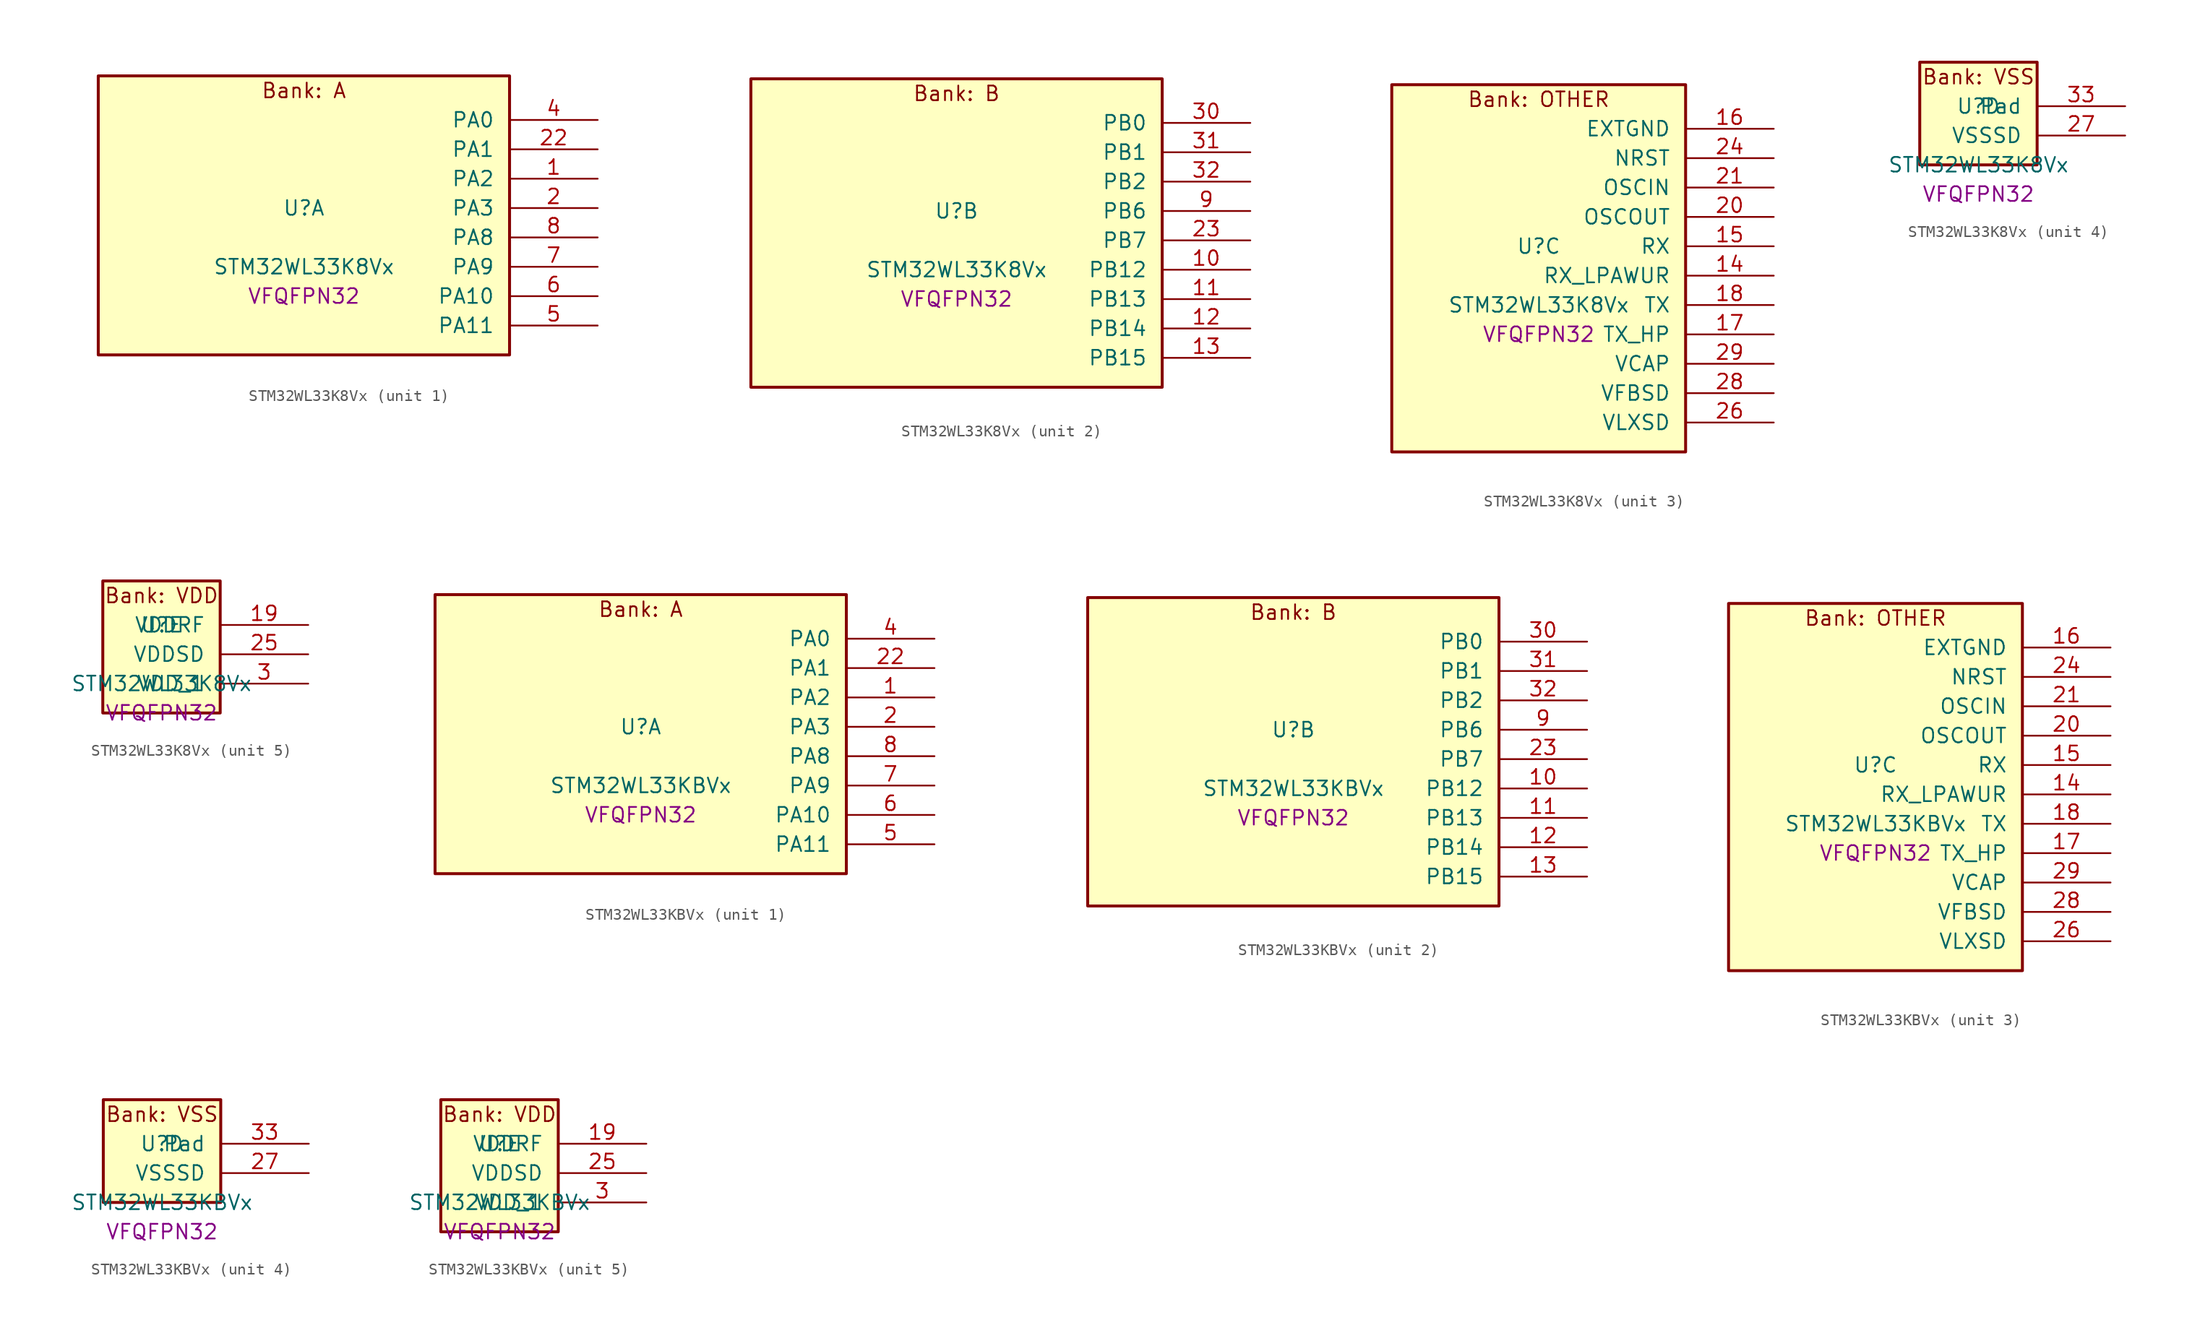
<source format=kicad_sym>
(kicad_symbol_lib
  (version 20241209)
  (generator "stm32_pkl_generator")
  (generator_version "1.0")
  (symbol "STM32WL33K8Vx"
    (pin_names
      (offset 1.27))
    (property "Reference" "U"
      (at 0 2.54 0))
    (property "Value" "STM32WL33K8Vx"
      (at 0 -2.54 0))
    (property "Footprint" "VFQFPN32"
      (at 0 -5.08 0))
    (symbol "STM32WL33K8Vx_1_1"
      (rectangle (start -17.78 13.97) (end 17.78 -10.16) (stroke (width 0.254) (type solid)) (fill (type background)))
      (text "Bank: A" (at 0 12.7 0))
      (pin bidirectional line (at 25.4 10.16 180) (length 7.62) (name "PA0") (number "4") (alternate "PA0/I2C1_SCL" bidirectional line) (alternate "PA0/LCD_COM4" bidirectional line) (alternate "PA0/LCD_SEG12" bidirectional line) (alternate "PA0/PWR_WKUP12" bidirectional line) (alternate "PA0/TIM2_CH3" bidirectional line) (alternate "PA0/USART1_CTS" bidirectional line))
      (pin bidirectional line (at 25.4 7.62 180) (length 7.62) (name "PA1") (number "22") (alternate "PA1/I2C1_SDA" bidirectional line) (alternate "PA1/LCD_SEG0" bidirectional line) (alternate "PA1/PWR_WKUP13" bidirectional line) (alternate "PA1/TIM16_BRK" bidirectional line) (alternate "PA1/TIM2_CH4" bidirectional line) (alternate "PA1/USART1_TX" bidirectional line))
      (pin bidirectional line (at 25.4 5.08 180) (length 7.62) (name "PA2") (number "1") (alternate "PA2/ADC1_VINM2" bidirectional line) (alternate "PA2/DEBUG_SWDIO" bidirectional line) (alternate "PA2/I2S3_MCK" bidirectional line) (alternate "PA2/LCD_SEG1" bidirectional line) (alternate "PA2/PWR_WKUP14" bidirectional line) (alternate "PA2/TIM16_CH1" bidirectional line) (alternate "PA2/TIM2_CH1" bidirectional line) (alternate "PA2/USART1_CK" bidirectional line))
      (pin bidirectional line (at 25.4 2.54 180) (length 7.62) (name "PA3") (number "2") (alternate "PA3/ADC1_VINP2" bidirectional line) (alternate "PA3/DEBUG_SWCLK" bidirectional line) (alternate "PA3/I2S3_CK" bidirectional line) (alternate "PA3/LCD_SEG2" bidirectional line) (alternate "PA3/PWR_WKUP15" bidirectional line) (alternate "PA3/SPI3_SCK" bidirectional line) (alternate "PA3/TIM16_CH1N" bidirectional line) (alternate "PA3/TIM2_CH2" bidirectional line) (alternate "PA3/USART1_DE" bidirectional line) (alternate "PA3/USART1_RTS" bidirectional line))
      (pin bidirectional line (at 25.4 0 180) (length 7.62) (name "PA8") (number "8") (alternate "PA8/LCD_COM0" bidirectional line) (alternate "PA8/MRSUBG_RX_SEQUENCE" bidirectional line) (alternate "PA8/PWR_WKUP8" bidirectional line) (alternate "PA8/RTC_OUT" bidirectional line) (alternate "PA8/RTC_TAMP1" bidirectional line) (alternate "PA8/RTC_TS" bidirectional line) (alternate "PA8/SPI3_MISO" bidirectional line) (alternate "PA8/TIM2_CH3" bidirectional line) (alternate "PA8/USART1_RX" bidirectional line))
      (pin bidirectional line (at 25.4 -2.54 180) (length 7.62) (name "PA9") (number "7") (alternate "PA9/I2S3_WS" bidirectional line) (alternate "PA9/LCD_SEG3" bidirectional line) (alternate "PA9/PWR_WKUP9" bidirectional line) (alternate "PA9/RTC_OUT" bidirectional line) (alternate "PA9/SPI3_NSS" bidirectional line) (alternate "PA9/TIM2_CH4" bidirectional line) (alternate "PA9/USART1_TX" bidirectional line))
      (pin bidirectional line (at 25.4 -5.08 180) (length 7.62) (name "PA10") (number "6") (alternate "PA10/I2S3_MCK" bidirectional line) (alternate "PA10/LCD_SEG4" bidirectional line) (alternate "PA10/LPUART1_CTS" bidirectional line) (alternate "PA10/MRSUBG_TX_DATA" bidirectional line) (alternate "PA10/MRSUBG_TX_SEQUENCE" bidirectional line) (alternate "PA10/PWR_WKUP10" bidirectional line))
      (pin bidirectional line (at 25.4 -7.62 180) (length 7.62) (name "PA11") (number "5") (alternate "PA11/I2S3_SD" bidirectional line) (alternate "PA11/LCD_SEG5" bidirectional line) (alternate "PA11/MRSUBG_RX_SEQUENCE" bidirectional line) (alternate "PA11/MRSUBG_TX_CLOCK" bidirectional line) (alternate "PA11/PWR_WKUP11" bidirectional line) (alternate "PA11/RCC_MCO" bidirectional line) (alternate "PA11/SPI3_MOSI" bidirectional line)))
    (symbol "STM32WL33K8Vx_2_1"
      (rectangle (start -17.78 13.97) (end 17.78 -12.7) (stroke (width 0.254) (type solid)) (fill (type background)))
      (text "Bank: B" (at 0 12.7 0))
      (pin bidirectional line (at 25.4 10.16 180) (length 7.62) (name "PB0") (number "30") (alternate "PB0/ADC1_VINM1" bidirectional line) (alternate "PB0/COMP1_INM" bidirectional line) (alternate "PB0/LCD_COM1" bidirectional line) (alternate "PB0/LPUART1_DE" bidirectional line) (alternate "PB0/LPUART1_RTS" bidirectional line) (alternate "PB0/MRSUBG_ANTENNA_SWITCH" bidirectional line) (alternate "PB0/PWR_WKUP0" bidirectional line) (alternate "PB0/TIM16_CH1" bidirectional line) (alternate "PB0/USART1_RX" bidirectional line))
      (pin bidirectional line (at 25.4 7.62 180) (length 7.62) (name "PB1") (number "31") (alternate "PB1/ADC1_VINP1" bidirectional line) (alternate "PB1/COMP1_INP" bidirectional line) (alternate "PB1/DEBUG_SWDIO" bidirectional line) (alternate "PB1/LCD_SEG6" bidirectional line) (alternate "PB1/LCSC_LCA" bidirectional line) (alternate "PB1/MRSUBG_RX_DATA" bidirectional line) (alternate "PB1/PWR_WKUP1" bidirectional line) (alternate "PB1/TIM16_CH1N" bidirectional line) (alternate "PB1/USART1_CK" bidirectional line))
      (pin bidirectional line (at 25.4 5.08 180) (length 7.62) (name "PB2") (number "32") (alternate "PB2/ADC1_VINM0" bidirectional line) (alternate "PB2/COMP1_INP" bidirectional line) (alternate "PB2/DEBUG_SWCLK" bidirectional line) (alternate "PB2/LCD_SEG7" bidirectional line) (alternate "PB2/LCSC_LCT" bidirectional line) (alternate "PB2/MRSUBG_RX_CLOCK" bidirectional line) (alternate "PB2/PWR_WKUP2" bidirectional line) (alternate "PB2/TIM16_BRK" bidirectional line) (alternate "PB2/USART1_DE" bidirectional line) (alternate "PB2/USART1_RTS" bidirectional line))
      (pin bidirectional line (at 25.4 2.54 180) (length 7.62) (name "PB6") (number "9") (alternate "PB6/COMP1_OUT" bidirectional line) (alternate "PB6/I2C1_SCL" bidirectional line) (alternate "PB6/I2S3_CK" bidirectional line) (alternate "PB6/LCD_COM7" bidirectional line) (alternate "PB6/LCD_SEG15" bidirectional line) (alternate "PB6/LPUART1_TX" bidirectional line) (alternate "PB6/PWR_WKUP6" bidirectional line) (alternate "PB6/SPI3_SCK" bidirectional line) (alternate "PB6/TIM2_CH3" bidirectional line))
      (pin bidirectional line (at 25.4 0 180) (length 7.62) (name "PB7") (number "23") (alternate "PB7/I2C1_SDA" bidirectional line) (alternate "PB7/I2S3_SD" bidirectional line) (alternate "PB7/LCD_COM2" bidirectional line) (alternate "PB7/LPUART1_RX" bidirectional line) (alternate "PB7/PWR_WKUP7" bidirectional line) (alternate "PB7/SPI3_MOSI" bidirectional line) (alternate "PB7/TIM2_ETR" bidirectional line))
      (pin bidirectional line (at 25.4 -2.54 180) (length 7.62) (name "PB12") (number "10") (alternate "PB12/LPUART1_CTS" bidirectional line) (alternate "PB12/RCC_LCO" bidirectional line) (alternate "PB12/RCC_OSC32_OUT" bidirectional line) (alternate "PB12/TIM2_CH3" bidirectional line) (alternate "PB12/USART1_DE" bidirectional line) (alternate "PB12/USART1_RTS" bidirectional line))
      (pin bidirectional line (at 25.4 -5.08 180) (length 7.62) (name "PB13") (number "11") (alternate "PB13/I2C2_SMBA" bidirectional line) (alternate "PB13/RCC_OSC32_IN" bidirectional line) (alternate "PB13/TIM2_CH4" bidirectional line))
      (pin bidirectional line (at 25.4 -7.62 180) (length 7.62) (name "PB14") (number "12") (alternate "PB14/I2C1_SMBA" bidirectional line) (alternate "PB14/LCD_COM3" bidirectional line) (alternate "PB14/MRSUBG_TX_SEQUENCE" bidirectional line) (alternate "PB14/PWR_PVD_IN" bidirectional line) (alternate "PB14/RCC_MCO" bidirectional line) (alternate "PB14/TIM2_ETR" bidirectional line) (alternate "PB14/USART1_RX" bidirectional line))
      (pin bidirectional line (at 25.4 -10.16 180) (length 7.62) (name "PB15") (number "13") (alternate "PB15/COMP1_OUT" bidirectional line) (alternate "PB15/LCD_VLCD" bidirectional line) (alternate "PB15/USART1_TX" bidirectional line)))
    (symbol "STM32WL33K8Vx_3_1"
      (rectangle (start -12.7 16.51) (end 12.7 -15.24) (stroke (width 0.254) (type solid)) (fill (type background)))
      (text "Bank: OTHER" (at 0 15.24 0))
      (pin power_in line (at 20.32 12.7 180) (length 7.62) (name "EXTGND") (number "16"))
      (pin input line (at 20.32 10.16 180) (length 7.62) (name "NRST") (number "24"))
      (pin bidirectional line (at 20.32 7.62 180) (length 7.62) (name "OSCIN") (number "21") (alternate "OSCIN/RCC_OSC_IN" bidirectional line))
      (pin bidirectional line (at 20.32 5.08 180) (length 7.62) (name "OSCOUT") (number "20") (alternate "OSCOUT/RCC_OSC_OUT" bidirectional line))
      (pin input line (at 20.32 2.54 180) (length 7.62) (name "RX") (number "15"))
      (pin input line (at 20.32 0 180) (length 7.62) (name "RX_LPAWUR") (number "14"))
      (pin input line (at 20.32 -2.54 180) (length 7.62) (name "TX") (number "18"))
      (pin input line (at 20.32 -5.08 180) (length 7.62) (name "TX_HP") (number "17"))
      (pin power_in line (at 20.32 -7.62 180) (length 7.62) (name "VCAP") (number "29"))
      (pin power_in line (at 20.32 -10.16 180) (length 7.62) (name "VFBSD") (number "28"))
      (pin power_in line (at 20.32 -12.7 180) (length 7.62) (name "VLXSD") (number "26")))
    (symbol "STM32WL33K8Vx_4_1"
      (rectangle (start -5.08 6.35) (end 5.08 -2.54) (stroke (width 0.254) (type solid)) (fill (type background)))
      (text "Bank: VSS" (at 0 5.08 0))
      (pin passive line (at 12.7 2.54 180) (length 7.62) (name "Pad") (number "33"))
      (pin power_in line (at 12.7 0 180) (length 7.62) (name "VSSSD") (number "27")))
    (symbol "STM32WL33K8Vx_5_1"
      (rectangle (start -5.08 6.35) (end 5.08 -5.08) (stroke (width 0.254) (type solid)) (fill (type background)))
      (text "Bank: VDD" (at 0 5.08 0))
      (pin power_in line (at 12.7 2.54 180) (length 7.62) (name "VDDRF") (number "19"))
      (pin power_in line (at 12.7 0 180) (length 7.62) (name "VDDSD") (number "25"))
      (pin power_in line (at 12.7 -2.54 180) (length 7.62) (name "VDD_1") (number "3"))))
  (symbol "STM32WL33KBVx"
    (pin_names
      (offset 1.27))
    (property "Reference" "U"
      (at 0 2.54 0))
    (property "Value" "STM32WL33KBVx"
      (at 0 -2.54 0))
    (property "Footprint" "VFQFPN32"
      (at 0 -5.08 0))
    (symbol "STM32WL33KBVx_1_1"
      (rectangle (start -17.78 13.97) (end 17.78 -10.16) (stroke (width 0.254) (type solid)) (fill (type background)))
      (text "Bank: A" (at 0 12.7 0))
      (pin bidirectional line (at 25.4 10.16 180) (length 7.62) (name "PA0") (number "4") (alternate "PA0/I2C1_SCL" bidirectional line) (alternate "PA0/LCD_COM4" bidirectional line) (alternate "PA0/LCD_SEG12" bidirectional line) (alternate "PA0/PWR_WKUP12" bidirectional line) (alternate "PA0/TIM2_CH3" bidirectional line) (alternate "PA0/USART1_CTS" bidirectional line))
      (pin bidirectional line (at 25.4 7.62 180) (length 7.62) (name "PA1") (number "22") (alternate "PA1/I2C1_SDA" bidirectional line) (alternate "PA1/LCD_SEG0" bidirectional line) (alternate "PA1/PWR_WKUP13" bidirectional line) (alternate "PA1/TIM16_BRK" bidirectional line) (alternate "PA1/TIM2_CH4" bidirectional line) (alternate "PA1/USART1_TX" bidirectional line))
      (pin bidirectional line (at 25.4 5.08 180) (length 7.62) (name "PA2") (number "1") (alternate "PA2/ADC1_VINM2" bidirectional line) (alternate "PA2/DEBUG_SWDIO" bidirectional line) (alternate "PA2/I2S3_MCK" bidirectional line) (alternate "PA2/LCD_SEG1" bidirectional line) (alternate "PA2/PWR_WKUP14" bidirectional line) (alternate "PA2/TIM16_CH1" bidirectional line) (alternate "PA2/TIM2_CH1" bidirectional line) (alternate "PA2/USART1_CK" bidirectional line))
      (pin bidirectional line (at 25.4 2.54 180) (length 7.62) (name "PA3") (number "2") (alternate "PA3/ADC1_VINP2" bidirectional line) (alternate "PA3/DEBUG_SWCLK" bidirectional line) (alternate "PA3/I2S3_CK" bidirectional line) (alternate "PA3/LCD_SEG2" bidirectional line) (alternate "PA3/PWR_WKUP15" bidirectional line) (alternate "PA3/SPI3_SCK" bidirectional line) (alternate "PA3/TIM16_CH1N" bidirectional line) (alternate "PA3/TIM2_CH2" bidirectional line) (alternate "PA3/USART1_DE" bidirectional line) (alternate "PA3/USART1_RTS" bidirectional line))
      (pin bidirectional line (at 25.4 0 180) (length 7.62) (name "PA8") (number "8") (alternate "PA8/LCD_COM0" bidirectional line) (alternate "PA8/MRSUBG_RX_SEQUENCE" bidirectional line) (alternate "PA8/PWR_WKUP8" bidirectional line) (alternate "PA8/RTC_OUT" bidirectional line) (alternate "PA8/RTC_TAMP1" bidirectional line) (alternate "PA8/RTC_TS" bidirectional line) (alternate "PA8/SPI3_MISO" bidirectional line) (alternate "PA8/TIM2_CH3" bidirectional line) (alternate "PA8/USART1_RX" bidirectional line))
      (pin bidirectional line (at 25.4 -2.54 180) (length 7.62) (name "PA9") (number "7") (alternate "PA9/I2S3_WS" bidirectional line) (alternate "PA9/LCD_SEG3" bidirectional line) (alternate "PA9/PWR_WKUP9" bidirectional line) (alternate "PA9/RTC_OUT" bidirectional line) (alternate "PA9/SPI3_NSS" bidirectional line) (alternate "PA9/TIM2_CH4" bidirectional line) (alternate "PA9/USART1_TX" bidirectional line))
      (pin bidirectional line (at 25.4 -5.08 180) (length 7.62) (name "PA10") (number "6") (alternate "PA10/I2S3_MCK" bidirectional line) (alternate "PA10/LCD_SEG4" bidirectional line) (alternate "PA10/LPUART1_CTS" bidirectional line) (alternate "PA10/MRSUBG_TX_DATA" bidirectional line) (alternate "PA10/MRSUBG_TX_SEQUENCE" bidirectional line) (alternate "PA10/PWR_WKUP10" bidirectional line))
      (pin bidirectional line (at 25.4 -7.62 180) (length 7.62) (name "PA11") (number "5") (alternate "PA11/I2S3_SD" bidirectional line) (alternate "PA11/LCD_SEG5" bidirectional line) (alternate "PA11/MRSUBG_RX_SEQUENCE" bidirectional line) (alternate "PA11/MRSUBG_TX_CLOCK" bidirectional line) (alternate "PA11/PWR_WKUP11" bidirectional line) (alternate "PA11/RCC_MCO" bidirectional line) (alternate "PA11/SPI3_MOSI" bidirectional line)))
    (symbol "STM32WL33KBVx_2_1"
      (rectangle (start -17.78 13.97) (end 17.78 -12.7) (stroke (width 0.254) (type solid)) (fill (type background)))
      (text "Bank: B" (at 0 12.7 0))
      (pin bidirectional line (at 25.4 10.16 180) (length 7.62) (name "PB0") (number "30") (alternate "PB0/ADC1_VINM1" bidirectional line) (alternate "PB0/COMP1_INM" bidirectional line) (alternate "PB0/LCD_COM1" bidirectional line) (alternate "PB0/LPUART1_DE" bidirectional line) (alternate "PB0/LPUART1_RTS" bidirectional line) (alternate "PB0/MRSUBG_ANTENNA_SWITCH" bidirectional line) (alternate "PB0/PWR_WKUP0" bidirectional line) (alternate "PB0/TIM16_CH1" bidirectional line) (alternate "PB0/USART1_RX" bidirectional line))
      (pin bidirectional line (at 25.4 7.62 180) (length 7.62) (name "PB1") (number "31") (alternate "PB1/ADC1_VINP1" bidirectional line) (alternate "PB1/COMP1_INP" bidirectional line) (alternate "PB1/DEBUG_SWDIO" bidirectional line) (alternate "PB1/LCD_SEG6" bidirectional line) (alternate "PB1/LCSC_LCA" bidirectional line) (alternate "PB1/MRSUBG_RX_DATA" bidirectional line) (alternate "PB1/PWR_WKUP1" bidirectional line) (alternate "PB1/TIM16_CH1N" bidirectional line) (alternate "PB1/USART1_CK" bidirectional line))
      (pin bidirectional line (at 25.4 5.08 180) (length 7.62) (name "PB2") (number "32") (alternate "PB2/ADC1_VINM0" bidirectional line) (alternate "PB2/COMP1_INP" bidirectional line) (alternate "PB2/DEBUG_SWCLK" bidirectional line) (alternate "PB2/LCD_SEG7" bidirectional line) (alternate "PB2/LCSC_LCT" bidirectional line) (alternate "PB2/MRSUBG_RX_CLOCK" bidirectional line) (alternate "PB2/PWR_WKUP2" bidirectional line) (alternate "PB2/TIM16_BRK" bidirectional line) (alternate "PB2/USART1_DE" bidirectional line) (alternate "PB2/USART1_RTS" bidirectional line))
      (pin bidirectional line (at 25.4 2.54 180) (length 7.62) (name "PB6") (number "9") (alternate "PB6/COMP1_OUT" bidirectional line) (alternate "PB6/I2C1_SCL" bidirectional line) (alternate "PB6/I2S3_CK" bidirectional line) (alternate "PB6/LCD_COM7" bidirectional line) (alternate "PB6/LCD_SEG15" bidirectional line) (alternate "PB6/LPUART1_TX" bidirectional line) (alternate "PB6/PWR_WKUP6" bidirectional line) (alternate "PB6/SPI3_SCK" bidirectional line) (alternate "PB6/TIM2_CH3" bidirectional line))
      (pin bidirectional line (at 25.4 0 180) (length 7.62) (name "PB7") (number "23") (alternate "PB7/I2C1_SDA" bidirectional line) (alternate "PB7/I2S3_SD" bidirectional line) (alternate "PB7/LCD_COM2" bidirectional line) (alternate "PB7/LPUART1_RX" bidirectional line) (alternate "PB7/PWR_WKUP7" bidirectional line) (alternate "PB7/SPI3_MOSI" bidirectional line) (alternate "PB7/TIM2_ETR" bidirectional line))
      (pin bidirectional line (at 25.4 -2.54 180) (length 7.62) (name "PB12") (number "10") (alternate "PB12/LPUART1_CTS" bidirectional line) (alternate "PB12/RCC_LCO" bidirectional line) (alternate "PB12/RCC_OSC32_OUT" bidirectional line) (alternate "PB12/TIM2_CH3" bidirectional line) (alternate "PB12/USART1_DE" bidirectional line) (alternate "PB12/USART1_RTS" bidirectional line))
      (pin bidirectional line (at 25.4 -5.08 180) (length 7.62) (name "PB13") (number "11") (alternate "PB13/I2C2_SMBA" bidirectional line) (alternate "PB13/RCC_OSC32_IN" bidirectional line) (alternate "PB13/TIM2_CH4" bidirectional line))
      (pin bidirectional line (at 25.4 -7.62 180) (length 7.62) (name "PB14") (number "12") (alternate "PB14/I2C1_SMBA" bidirectional line) (alternate "PB14/LCD_COM3" bidirectional line) (alternate "PB14/MRSUBG_TX_SEQUENCE" bidirectional line) (alternate "PB14/PWR_PVD_IN" bidirectional line) (alternate "PB14/RCC_MCO" bidirectional line) (alternate "PB14/TIM2_ETR" bidirectional line) (alternate "PB14/USART1_RX" bidirectional line))
      (pin bidirectional line (at 25.4 -10.16 180) (length 7.62) (name "PB15") (number "13") (alternate "PB15/COMP1_OUT" bidirectional line) (alternate "PB15/LCD_VLCD" bidirectional line) (alternate "PB15/USART1_TX" bidirectional line)))
    (symbol "STM32WL33KBVx_3_1"
      (rectangle (start -12.7 16.51) (end 12.7 -15.24) (stroke (width 0.254) (type solid)) (fill (type background)))
      (text "Bank: OTHER" (at 0 15.24 0))
      (pin power_in line (at 20.32 12.7 180) (length 7.62) (name "EXTGND") (number "16"))
      (pin input line (at 20.32 10.16 180) (length 7.62) (name "NRST") (number "24"))
      (pin bidirectional line (at 20.32 7.62 180) (length 7.62) (name "OSCIN") (number "21") (alternate "OSCIN/RCC_OSC_IN" bidirectional line))
      (pin bidirectional line (at 20.32 5.08 180) (length 7.62) (name "OSCOUT") (number "20") (alternate "OSCOUT/RCC_OSC_OUT" bidirectional line))
      (pin input line (at 20.32 2.54 180) (length 7.62) (name "RX") (number "15"))
      (pin input line (at 20.32 0 180) (length 7.62) (name "RX_LPAWUR") (number "14"))
      (pin input line (at 20.32 -2.54 180) (length 7.62) (name "TX") (number "18"))
      (pin input line (at 20.32 -5.08 180) (length 7.62) (name "TX_HP") (number "17"))
      (pin power_in line (at 20.32 -7.62 180) (length 7.62) (name "VCAP") (number "29"))
      (pin power_in line (at 20.32 -10.16 180) (length 7.62) (name "VFBSD") (number "28"))
      (pin power_in line (at 20.32 -12.7 180) (length 7.62) (name "VLXSD") (number "26")))
    (symbol "STM32WL33KBVx_4_1"
      (rectangle (start -5.08 6.35) (end 5.08 -2.54) (stroke (width 0.254) (type solid)) (fill (type background)))
      (text "Bank: VSS" (at 0 5.08 0))
      (pin passive line (at 12.7 2.54 180) (length 7.62) (name "Pad") (number "33"))
      (pin power_in line (at 12.7 0 180) (length 7.62) (name "VSSSD") (number "27")))
    (symbol "STM32WL33KBVx_5_1"
      (rectangle (start -5.08 6.35) (end 5.08 -5.08) (stroke (width 0.254) (type solid)) (fill (type background)))
      (text "Bank: VDD" (at 0 5.08 0))
      (pin power_in line (at 12.7 2.54 180) (length 7.62) (name "VDDRF") (number "19"))
      (pin power_in line (at 12.7 0 180) (length 7.62) (name "VDDSD") (number "25"))
      (pin power_in line (at 12.7 -2.54 180) (length 7.62) (name "VDD_1") (number "3")))))
</source>
